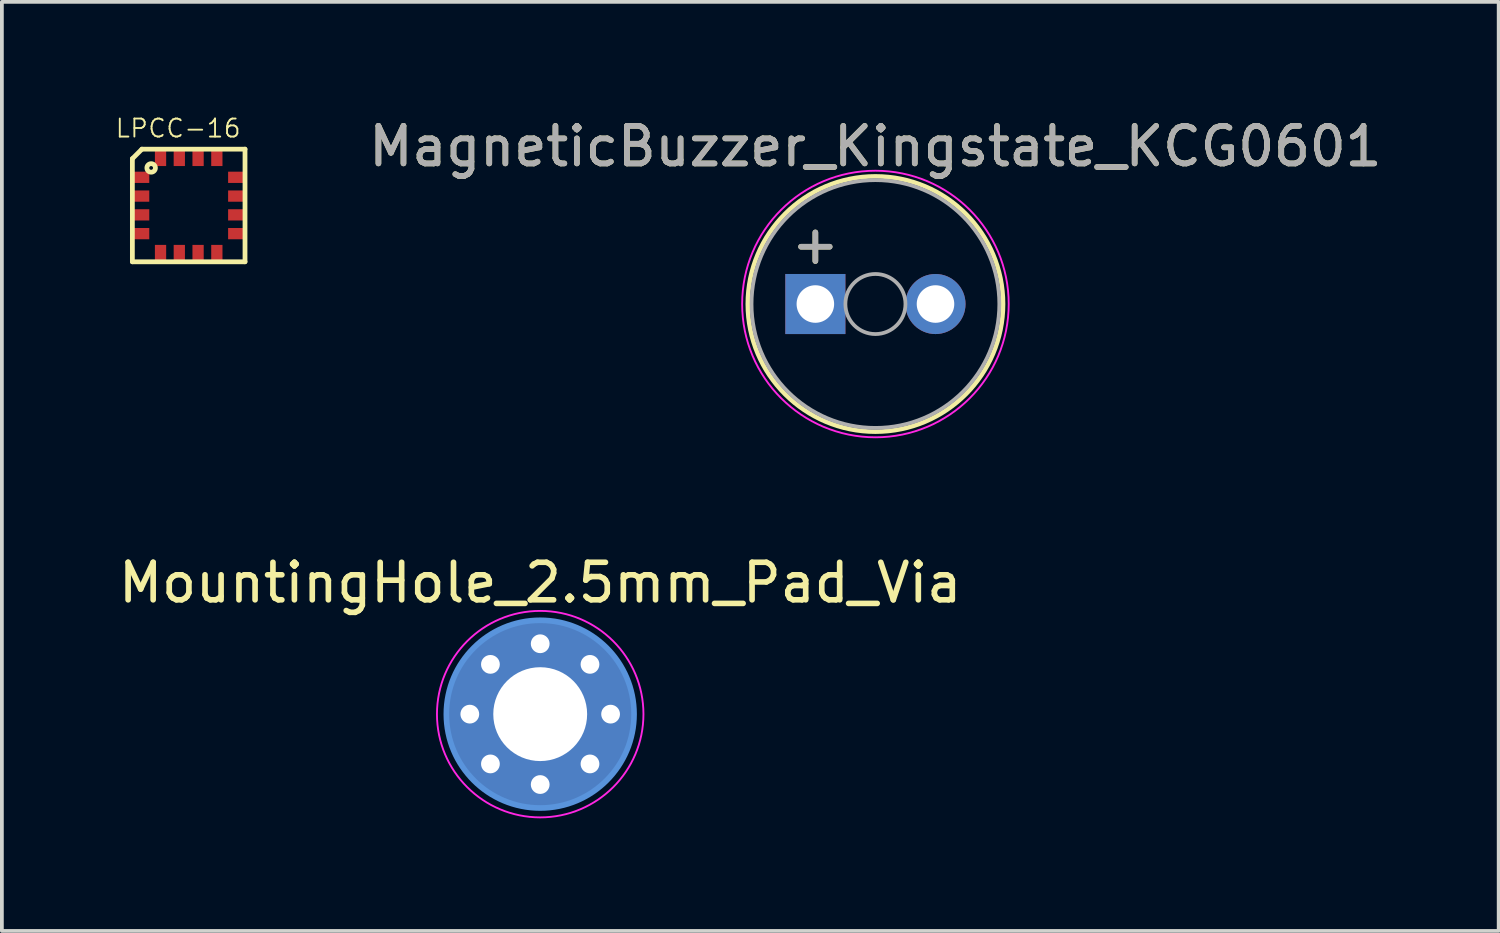
<source format=kicad_pcb>
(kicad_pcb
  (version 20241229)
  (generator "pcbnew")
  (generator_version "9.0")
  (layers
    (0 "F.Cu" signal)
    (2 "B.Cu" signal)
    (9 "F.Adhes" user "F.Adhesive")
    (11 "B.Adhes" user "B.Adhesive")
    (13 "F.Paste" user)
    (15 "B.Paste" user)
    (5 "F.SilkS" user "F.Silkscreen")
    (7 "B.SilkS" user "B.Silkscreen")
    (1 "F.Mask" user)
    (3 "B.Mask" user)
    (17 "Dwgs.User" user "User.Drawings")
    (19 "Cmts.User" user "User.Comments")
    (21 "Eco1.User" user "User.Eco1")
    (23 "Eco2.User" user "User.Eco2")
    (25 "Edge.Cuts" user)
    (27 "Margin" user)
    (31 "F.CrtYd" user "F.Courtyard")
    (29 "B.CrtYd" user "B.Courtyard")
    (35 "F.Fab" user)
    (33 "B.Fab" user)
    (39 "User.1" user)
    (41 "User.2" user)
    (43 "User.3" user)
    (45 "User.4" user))
  (footprint "MountingHole_2.5mm_Pad_Via"
    (layer "F.Cu")
    (at 11.339 15.972)
    (property "Reference" "MountingHole_2.5mm_Pad_Via" (at 0 -3.5 0) (layer "F.SilkS") (effects (font (size 1 1) (thickness 0.15))))
    (attr through_hole)
    (fp_circle (center 0 0) (end 2.5 0) (stroke (width 0.15) (type solid)) (fill no) (layer "Cmts.User"))
    (fp_circle (center 0 0) (end 2.75 0) (stroke (width 0.05) (type solid)) (fill no) (layer "F.CrtYd"))
    (pad "" thru_hole circle (at -1.875 0) (size 0.6 0.6) (drill 0.5) (layers "*.Cu" "*.Mask"))
    (pad "" thru_hole circle (at -1.326 -1.326) (size 0.6 0.6) (drill 0.5) (layers "*.Cu" "*.Mask"))
    (pad "" thru_hole circle (at -1.326 1.326) (size 0.6 0.6) (drill 0.5) (layers "*.Cu" "*.Mask"))
    (pad "" thru_hole circle (at 0 -1.875) (size 0.6 0.6) (drill 0.5) (layers "*.Cu" "*.Mask"))
    (pad "" thru_hole circle (at 0 1.875) (size 0.6 0.6) (drill 0.5) (layers "*.Cu" "*.Mask"))
    (pad "" thru_hole circle (at 1.326 -1.326) (size 0.6 0.6) (drill 0.5) (layers "*.Cu" "*.Mask"))
    (pad "" thru_hole circle (at 1.326 1.326) (size 0.6 0.6) (drill 0.5) (layers "*.Cu" "*.Mask"))
    (pad "" thru_hole circle (at 1.875 0) (size 0.6 0.6) (drill 0.5) (layers "*.Cu" "*.Mask"))
    (pad "1" thru_hole circle (at 0 0) (size 5 5) (drill 2.5) (layers "*.Cu" "*.Mask")))
  (footprint "MagneticBuzzer_Kingstate_KCG0601"
    (layer "F.Cu")
    (at 18.668 5.048)
    (property "Reference" "MagneticBuzzer_Kingstate_KCG0601" (at 1.6 -4.2 0) (layer "F.SilkS") (effects (font (size 1 1) (thickness 0.15))))
    (attr through_hole)
    (fp_circle (center 1.6 0) (end 5 0) (stroke (width 0.12) (type solid)) (fill no) (layer "F.SilkS"))
    (fp_circle (center 1.6 0) (end 5.15 0) (stroke (width 0.05) (type solid)) (fill no) (layer "F.CrtYd"))
    (fp_circle (center 1.6 0) (end 2.4 0) (stroke (width 0.1) (type solid)) (fill no) (layer "F.Fab"))
    (fp_circle (center 1.6 0) (end 4.9 0) (stroke (width 0.1) (type solid)) (fill no) (layer "F.Fab"))
    (fp_text user "+" (at 0 -1.6 0) (layer "F.SilkS") (effects (font (size 1 1) (thickness 0.15))))
    (fp_text user "${REFERENCE}" (at 1.6 -4.2 0) (layer "F.Fab") (effects (font (size 1 1) (thickness 0.15))))
    (fp_text user "+" (at 0 -1.6 0) (layer "F.Fab") (effects (font (size 1 1) (thickness 0.15))))
    (pad "1" thru_hole rect (at 0 0) (size 1.6 1.6) (drill 1) (layers "*.Cu" "*.Mask"))
    (pad "2" thru_hole circle (at 3.2 0) (size 1.6 1.6) (drill 1) (layers "*.Cu" "*.Mask")))
  (footprint "LPCC-16"
    (layer "F.Cu")
    (at 1.976 2.423)
    (property "Reference" "LPCC-16" (at -0.281 -2.055 0) (layer "F.SilkS") (effects (font (size 0.48 0.48) (thickness 0.05))))
    (attr smd)
    (fp_line (start -1.5 -1.246) (end -1.5 1.5) (stroke (width 0.127) (type solid)) (layer "F.SilkS"))
    (fp_line (start -1.5 1.5) (end 1.5 1.5) (stroke (width 0.127) (type solid)) (layer "F.SilkS"))
    (fp_line (start -1.246 -1.5) (end -1.5 -1.246) (stroke (width 0.127) (type solid)) (layer "F.SilkS"))
    (fp_line (start 1.5 -1.5) (end -1.246 -1.5) (stroke (width 0.127) (type solid)) (layer "F.SilkS"))
    (fp_line (start 1.5 1.5) (end 1.5 -1.5) (stroke (width 0.127) (type solid)) (layer "F.SilkS"))
    (fp_circle (center -1 -1) (end -0.95 -1) (stroke (width 0.127) (type solid)) (fill no) (layer "F.SilkS"))
    (fp_poly (pts (xy -1.5 -0.85) (xy -1.1 -0.85) (xy -1.1 -0.65) (xy -1.5 -0.65)) (stroke (width 0.381) (type solid)) (fill yes) (layer "F.Paste"))
    (fp_poly (pts (xy -1.5 -0.35) (xy -1.1 -0.35) (xy -1.1 -0.15) (xy -1.5 -0.15)) (stroke (width 0.381) (type solid)) (fill yes) (layer "F.Paste"))
    (fp_poly (pts (xy -1.5 0.15) (xy -1.1 0.15) (xy -1.1 0.35) (xy -1.5 0.35)) (stroke (width 0.381) (type solid)) (fill yes) (layer "F.Paste"))
    (fp_poly (pts (xy -1.5 0.65) (xy -1.1 0.65) (xy -1.1 0.85) (xy -1.5 0.85)) (stroke (width 0.381) (type solid)) (fill yes) (layer "F.Paste"))
    (fp_poly (pts (xy -0.85 1.5) (xy -0.85 1.1) (xy -0.65 1.1) (xy -0.65 1.5)) (stroke (width 0.381) (type solid)) (fill yes) (layer "F.Paste"))
    (fp_poly (pts (xy -0.65 -1.5) (xy -0.65 -1.1) (xy -0.85 -1.1) (xy -0.85 -1.5)) (stroke (width 0.381) (type solid)) (fill yes) (layer "F.Paste"))
    (fp_poly (pts (xy -0.35 1.5) (xy -0.35 1.1) (xy -0.15 1.1) (xy -0.15 1.5)) (stroke (width 0.381) (type solid)) (fill yes) (layer "F.Paste"))
    (fp_poly (pts (xy -0.15 -1.5) (xy -0.15 -1.1) (xy -0.35 -1.1) (xy -0.35 -1.5)) (stroke (width 0.381) (type solid)) (fill yes) (layer "F.Paste"))
    (fp_poly (pts (xy 0.15 1.5) (xy 0.15 1.1) (xy 0.35 1.1) (xy 0.35 1.5)) (stroke (width 0.381) (type solid)) (fill yes) (layer "F.Paste"))
    (fp_poly (pts (xy 0.35 -1.5) (xy 0.35 -1.1) (xy 0.15 -1.1) (xy 0.15 -1.5)) (stroke (width 0.381) (type solid)) (fill yes) (layer "F.Paste"))
    (fp_poly (pts (xy 0.65 1.5) (xy 0.65 1.1) (xy 0.85 1.1) (xy 0.85 1.5)) (stroke (width 0.381) (type solid)) (fill yes) (layer "F.Paste"))
    (fp_poly (pts (xy 0.85 -1.5) (xy 0.85 -1.1) (xy 0.65 -1.1) (xy 0.65 -1.5)) (stroke (width 0.381) (type solid)) (fill yes) (layer "F.Paste"))
    (fp_poly (pts (xy 1.5 -0.65) (xy 1.1 -0.65) (xy 1.1 -0.85) (xy 1.5 -0.85)) (stroke (width 0.381) (type solid)) (fill yes) (layer "F.Paste"))
    (fp_poly (pts (xy 1.5 -0.15) (xy 1.1 -0.15) (xy 1.1 -0.35) (xy 1.5 -0.35)) (stroke (width 0.381) (type solid)) (fill yes) (layer "F.Paste"))
    (fp_poly (pts (xy 1.5 0.35) (xy 1.1 0.35) (xy 1.1 0.15) (xy 1.5 0.15)) (stroke (width 0.381) (type solid)) (fill yes) (layer "F.Paste"))
    (fp_poly (pts (xy 1.5 0.85) (xy 1.1 0.85) (xy 1.1 0.65) (xy 1.5 0.65)) (stroke (width 0.381) (type solid)) (fill yes) (layer "F.Paste"))
    (pad "1" smd rect (at -1.275 -0.75) (size 0.45 0.3) (layers "F.Cu" "F.Mask" "F.Paste"))
    (pad "2" smd rect (at -1.275 -0.25) (size 0.45 0.3) (layers "F.Cu" "F.Mask" "F.Paste"))
    (pad "3" smd rect (at -1.275 0.25) (size 0.45 0.3) (layers "F.Cu" "F.Mask" "F.Paste"))
    (pad "4" smd rect (at -1.275 0.75) (size 0.45 0.3) (layers "F.Cu" "F.Mask" "F.Paste"))
    (pad "5" smd rect (at -0.75 1.275 90) (size 0.45 0.3) (layers "F.Cu" "F.Mask" "F.Paste"))
    (pad "6" smd rect (at -0.25 1.275 90) (size 0.45 0.3) (layers "F.Cu" "F.Mask" "F.Paste"))
    (pad "7" smd rect (at 0.25 1.275 90) (size 0.45 0.3) (layers "F.Cu" "F.Mask" "F.Paste"))
    (pad "8" smd rect (at 0.75 1.275 90) (size 0.45 0.3) (layers "F.Cu" "F.Mask" "F.Paste"))
    (pad "9" smd rect (at 1.275 0.75 180) (size 0.45 0.3) (layers "F.Cu" "F.Mask" "F.Paste"))
    (pad "10" smd rect (at 1.275 0.25 180) (size 0.45 0.3) (layers "F.Cu" "F.Mask" "F.Paste"))
    (pad "11" smd rect (at 1.275 -0.25 180) (size 0.45 0.3) (layers "F.Cu" "F.Mask" "F.Paste"))
    (pad "12" smd rect (at 1.275 -0.75 180) (size 0.45 0.3) (layers "F.Cu" "F.Mask" "F.Paste"))
    (pad "13" smd rect (at 0.75 -1.275 270) (size 0.45 0.3) (layers "F.Cu" "F.Mask" "F.Paste"))
    (pad "14" smd rect (at 0.25 -1.275 270) (size 0.45 0.3) (layers "F.Cu" "F.Mask" "F.Paste"))
    (pad "15" smd rect (at -0.25 -1.275 270) (size 0.45 0.3) (layers "F.Cu" "F.Mask" "F.Paste"))
    (pad "16" smd rect (at -0.75 -1.275 270) (size 0.45 0.3) (layers "F.Cu" "F.Mask" "F.Paste")))
  (gr_rect
    (start -3 -3)
    (end 36.869 21.747)
    (stroke (width 0.1) (type default))
    (fill no)
    (layer "Edge.Cuts")))
</source>
